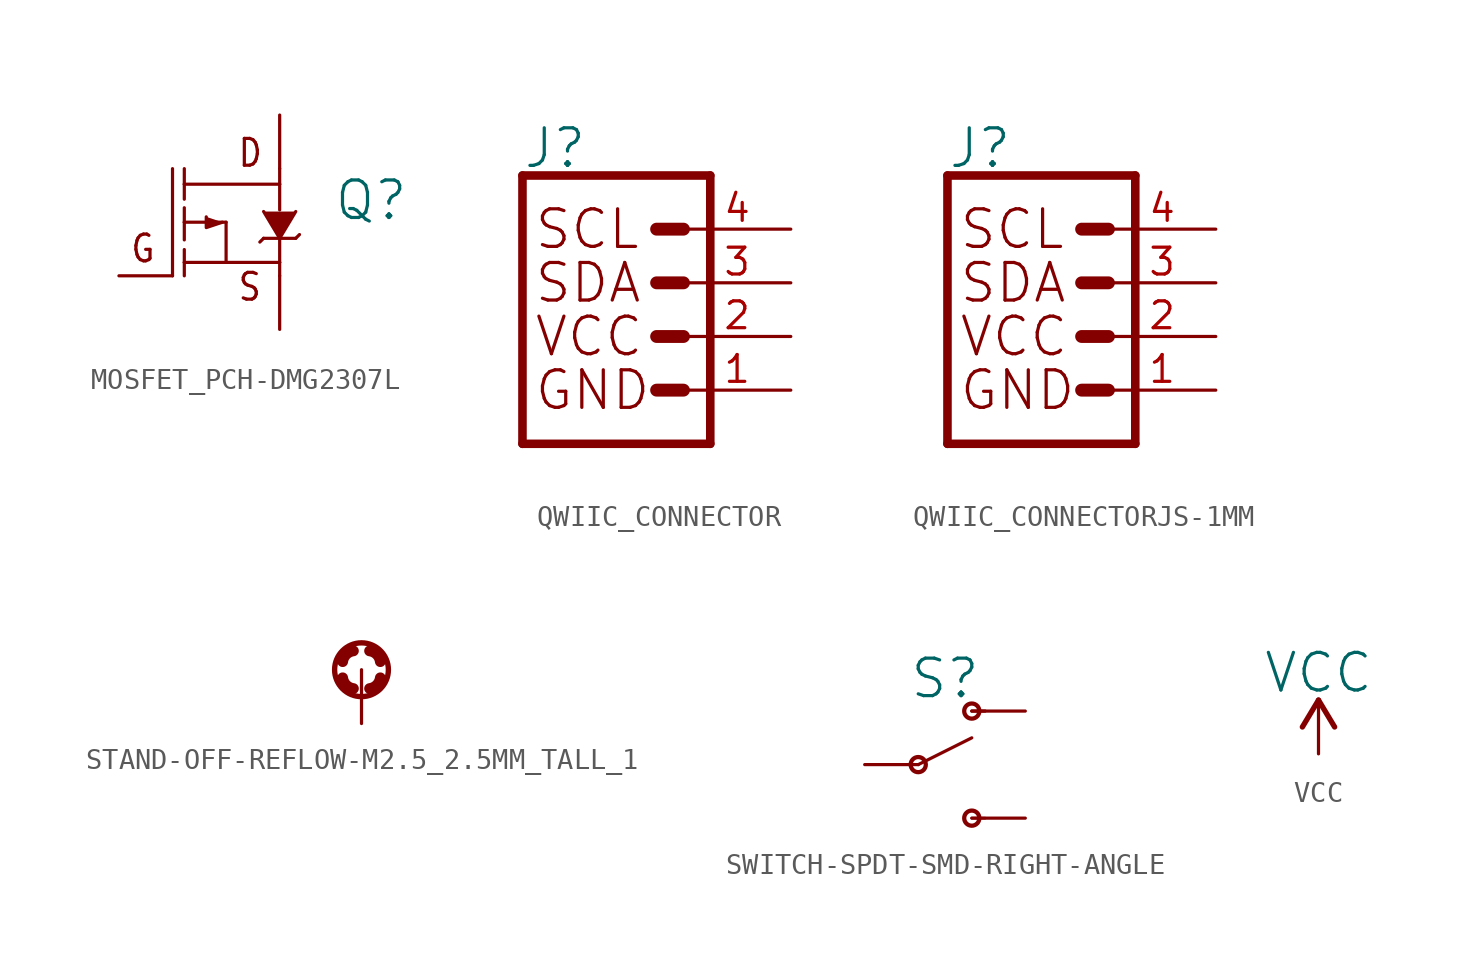
<source format=kicad_sym>
(kicad_symbol_lib
  (version 20241209)
  (generator "kicad_symbol_editor")
  (generator_version "9.0")
  (symbol "MOSFET_PCH-DMG2307L"
    (property "Reference" "Q"
      (at 5.08 0 0)
      (effects (font (size 1.778 1.778)) (justify left bottom)))
    (symbol "MOSFET_PCH-DMG2307L_1_0"
      (polyline (pts (xy -2.54 -2.54) (xy -2.54 2.54)) (stroke (width 0.152) (type solid)) (fill (type none)))
      (polyline (pts (xy -1.981 2.54) (xy -1.981 1.803)) (stroke (width 0.152) (type solid)) (fill (type none)))
      (polyline (pts (xy -1.981 1.803) (xy -1.981 1.092)) (stroke (width 0.152) (type solid)) (fill (type none)))
      (polyline (pts (xy -1.981 1.803) (xy 2.54 1.803)) (stroke (width 0.152) (type solid)) (fill (type none)))
      (polyline (pts (xy -1.981 0.686) (xy -1.981 0)) (stroke (width 0.152) (type solid)) (fill (type none)))
      (polyline (pts (xy -1.981 0) (xy -1.981 -0.838)) (stroke (width 0.152) (type solid)) (fill (type none)))
      (polyline (pts (xy -1.981 -1.295) (xy -1.981 -1.905)) (stroke (width 0.152) (type solid)) (fill (type none)))
      (polyline (pts (xy -1.981 -1.905) (xy -1.981 -2.54)) (stroke (width 0.152) (type solid)) (fill (type none)))
      (polyline (pts (xy -1.981 -1.905) (xy 0 -1.905)) (stroke (width 0.152) (type solid)) (fill (type none)))
      (polyline (pts (xy -0.178 0) (xy -0.94 -0.254) (xy -0.94 0.254)) (stroke (width 0.152) (type solid)) (fill (type outline)))
      (polyline (pts (xy 0 0) (xy -1.981 0)) (stroke (width 0.152) (type solid)) (fill (type none)))
      (polyline (pts (xy 0 -1.905) (xy 0 0)) (stroke (width 0.152) (type solid)) (fill (type none)))
      (polyline (pts (xy 1.778 -0.762) (xy 1.6 -0.94)) (stroke (width 0.152) (type solid)) (fill (type none)))
      (polyline (pts (xy 1.778 -0.762) (xy 3.302 -0.762)) (stroke (width 0.152) (type solid)) (fill (type none)))
      (polyline (pts (xy 2.54 2.54) (xy 2.54 1.803)) (stroke (width 0.152) (type solid)) (fill (type none)))
      (polyline (pts (xy 2.54 1.803) (xy 2.54 0.584)) (stroke (width 0.152) (type solid)) (fill (type none)))
      (polyline (pts (xy 2.54 -1.905) (xy 0 -1.905)) (stroke (width 0.152) (type solid)) (fill (type none)))
      (polyline (pts (xy 2.54 -1.905) (xy 2.54 -0.787)) (stroke (width 0.152) (type solid)) (fill (type none)))
      (polyline (pts (xy 2.54 -2.54) (xy 2.54 -1.905)) (stroke (width 0.152) (type solid)) (fill (type none)))
      (polyline (pts (xy 3.302 0.508) (xy 2.54 -0.762) (xy 1.778 0.508)) (stroke (width 0.152) (type solid)) (fill (type outline)))
      (polyline (pts (xy 3.48 -0.584) (xy 3.302 -0.762)) (stroke (width 0.152) (type solid)) (fill (type none)))
      (text "G" (at -3.302 -0.508 0) (effects (font (size 1.27 1.079)) (justify right top)))
      (text "D" (at 0.508 2.54 0) (effects (font (size 1.27 1.079)) (justify left bottom)))
      (text "S" (at 0.508 -3.81 0) (effects (font (size 1.27 1.079)) (justify left bottom)))
      (pin bidirectional line (at -5.08 -2.54 0) (length 2.54) (name "G" (effects (font (size 0 0)))) (number "1" (effects (font (size 0 0)))))
      (pin bidirectional line (at 2.54 5.08 270) (length 2.54) (name "D" (effects (font (size 0 0)))) (number "3" (effects (font (size 0 0)))))
      (pin bidirectional line (at 2.54 -5.08 90) (length 2.54) (name "S" (effects (font (size 0 0)))) (number "2" (effects (font (size 0 0)))))))
  (symbol "QWIIC_CONNECTOR"
    (property "Reference" "J"
      (at -5.08 7.874 0)
      (effects (font (size 1.778 1.778)) (justify left bottom)))
    (property "Value" ""
      (at -5.08 -5.334 0)
      (effects (font (size 1.778 1.778)) (justify left top)))
    (symbol "QWIIC_CONNECTOR_1_0"
      (polyline (pts (xy -5.08 7.62) (xy -5.08 -5.08)) (stroke (width 0.406) (type solid)) (fill (type none)))
      (polyline (pts (xy -5.08 7.62) (xy 3.81 7.62)) (stroke (width 0.406) (type solid)) (fill (type none)))
      (polyline (pts (xy 1.27 5.08) (xy 2.54 5.08)) (stroke (width 0.61) (type solid)) (fill (type none)))
      (polyline (pts (xy 1.27 2.54) (xy 2.54 2.54)) (stroke (width 0.61) (type solid)) (fill (type none)))
      (polyline (pts (xy 1.27 0) (xy 2.54 0)) (stroke (width 0.61) (type solid)) (fill (type none)))
      (polyline (pts (xy 1.27 -2.54) (xy 2.54 -2.54)) (stroke (width 0.61) (type solid)) (fill (type none)))
      (polyline (pts (xy 3.81 -5.08) (xy -5.08 -5.08)) (stroke (width 0.406) (type solid)) (fill (type none)))
      (polyline (pts (xy 3.81 -5.08) (xy 3.81 7.62)) (stroke (width 0.406) (type solid)) (fill (type none)))
      (text "SCL" (at -4.572 5.08 0) (effects (font (size 1.778 1.778)) (justify left)))
      (text "SDA" (at -4.572 2.54 0) (effects (font (size 1.778 1.778)) (justify left)))
      (text "VCC" (at -4.572 0 0) (effects (font (size 1.778 1.778)) (justify left)))
      (text "GND" (at -4.572 -2.54 0) (effects (font (size 1.778 1.778)) (justify left)))
      (pin passive line (at 7.62 5.08 180) (length 5.08) (name "4" (effects (font (size 0 0)))) (number "4" (effects (font (size 1.27 1.27)))))
      (pin passive line (at 7.62 2.54 180) (length 5.08) (name "3" (effects (font (size 0 0)))) (number "3" (effects (font (size 1.27 1.27)))))
      (pin power_in line (at 7.62 0 180) (length 5.08) (name "2" (effects (font (size 0 0)))) (number "2" (effects (font (size 1.27 1.27)))))
      (pin power_in line (at 7.62 -2.54 180) (length 5.08) (name "1" (effects (font (size 0 0)))) (number "1" (effects (font (size 1.27 1.27)))))))
  (symbol "QWIIC_CONNECTORJS-1MM"
    (property "Reference" "J"
      (at -5.08 7.874 0)
      (effects (font (size 1.778 1.778)) (justify left bottom)))
    (property "Value" ""
      (at -5.08 -5.334 0)
      (effects (font (size 1.778 1.778)) (justify left top)))
    (symbol "QWIIC_CONNECTORJS-1MM_1_0"
      (polyline (pts (xy -5.08 7.62) (xy -5.08 -5.08)) (stroke (width 0.406) (type solid)) (fill (type none)))
      (polyline (pts (xy -5.08 7.62) (xy 3.81 7.62)) (stroke (width 0.406) (type solid)) (fill (type none)))
      (polyline (pts (xy 1.27 5.08) (xy 2.54 5.08)) (stroke (width 0.61) (type solid)) (fill (type none)))
      (polyline (pts (xy 1.27 2.54) (xy 2.54 2.54)) (stroke (width 0.61) (type solid)) (fill (type none)))
      (polyline (pts (xy 1.27 0) (xy 2.54 0)) (stroke (width 0.61) (type solid)) (fill (type none)))
      (polyline (pts (xy 1.27 -2.54) (xy 2.54 -2.54)) (stroke (width 0.61) (type solid)) (fill (type none)))
      (polyline (pts (xy 3.81 -5.08) (xy -5.08 -5.08)) (stroke (width 0.406) (type solid)) (fill (type none)))
      (polyline (pts (xy 3.81 -5.08) (xy 3.81 7.62)) (stroke (width 0.406) (type solid)) (fill (type none)))
      (text "SCL" (at -4.572 5.08 0) (effects (font (size 1.778 1.778)) (justify left)))
      (text "SDA" (at -4.572 2.54 0) (effects (font (size 1.778 1.778)) (justify left)))
      (text "VCC" (at -4.572 0 0) (effects (font (size 1.778 1.778)) (justify left)))
      (text "GND" (at -4.572 -2.54 0) (effects (font (size 1.778 1.778)) (justify left)))
      (pin passive line (at 7.62 5.08 180) (length 5.08) (name "4" (effects (font (size 0 0)))) (number "4" (effects (font (size 1.27 1.27)))))
      (pin passive line (at 7.62 2.54 180) (length 5.08) (name "3" (effects (font (size 0 0)))) (number "3" (effects (font (size 1.27 1.27)))))
      (pin power_in line (at 7.62 0 180) (length 5.08) (name "2" (effects (font (size 0 0)))) (number "2" (effects (font (size 1.27 1.27)))))
      (pin power_in line (at 7.62 -2.54 180) (length 5.08) (name "1" (effects (font (size 0 0)))) (number "1" (effects (font (size 1.27 1.27)))))))
  (symbol "STAND-OFF-REFLOW-M2.5_2.5MM_TALL_1"
    (property "Reference" "H3"
      (at -2.54 2.54 0)
      (effects (font (size 1.778 1.511)) (justify left bottom) (hide yes)))
    (symbol "STAND-OFF-REFLOW-M2.5_2.5MM_TALL_1_1_0"
      (arc (start -0.889 0.381) (mid -0.7224 0.7224) (end -0.3809 0.889) (stroke (width 0.508) (type solid)) (fill (type none)))
      (arc (start -0.381 -0.889) (mid -0.7224 -0.7224) (end -0.889 -0.3809) (stroke (width 0.508) (type solid)) (fill (type none)))
      (circle (center 0 0) (radius 1.27) (stroke (width 0.254) (type solid)) (fill (type none)))
      (arc (start 0.381 0.889) (mid 0.7224 0.7224) (end 0.889 0.3809) (stroke (width 0.508) (type solid)) (fill (type none)))
      (arc (start 0.889 -0.381) (mid 0.7224 -0.7224) (end 0.3809 -0.889) (stroke (width 0.508) (type solid)) (fill (type none)))
      (pin bidirectional line (at 0 -2.54 90) (length 2.54) (name "1" (effects (font (size 0 0)))) (number "1" (effects (font (size 0 0)))))))
  (symbol "SWITCH-SPDT-SMD-RIGHT-ANGLE"
    (property "Reference" "S"
      (at 1.27 3.048 0)
      (effects (font (size 1.778 1.778)) (justify bottom)))
    (symbol "SWITCH-SPDT-SMD-RIGHT-ANGLE_1_0"
      (polyline (pts (xy 0 0) (xy 2.54 1.27)) (stroke (width 0.152) (type solid)) (fill (type none)))
      (circle (center 0 0) (radius 0.359) (stroke (width 0.203) (type solid)) (fill (type none)))
      (polyline (pts (xy 2.54 2.54) (xy 3.175 2.54)) (stroke (width 0.152) (type solid)) (fill (type none)))
      (circle (center 2.54 2.54) (radius 0.359) (stroke (width 0.203) (type solid)) (fill (type none)))
      (polyline (pts (xy 2.54 -2.54) (xy 3.175 -2.54)) (stroke (width 0.127) (type solid)) (fill (type none)))
      (circle (center 2.54 -2.54) (radius 0.359) (stroke (width 0.203) (type solid)) (fill (type none)))
      (pin passive line (at -2.54 0 0) (length 2.54) (name "P" (effects (font (size 0 0)))) (number "2" (effects (font (size 0 0)))))
      (pin passive line (at 5.08 2.54 180) (length 2.54) (name "O" (effects (font (size 0 0)))) (number "1" (effects (font (size 0 0)))))
      (pin passive line (at 5.08 -2.54 180) (length 2.54) (name "S" (effects (font (size 0 0)))) (number "3" (effects (font (size 0 0)))))))
  (symbol "VCC"
    (power)
    (property "Reference" "#SUPPLY"
      (at 0 0 0)
      (effects (font (size 1.27 1.27)) (hide yes)))
    (property "Value" "VCC"
      (at 0 2.794 0)
      (effects (font (size 1.778 1.778)) (justify bottom)))
    (property "ki_locked" ""
      (at 0 0 0)
      (effects (font (size 1.27 1.27))))
    (symbol "VCC_1_0"
      (polyline (pts (xy 0 2.54) (xy -0.762 1.27)) (stroke (width 0.254) (type solid)) (fill (type none)))
      (polyline (pts (xy 0.762 1.27) (xy 0 2.54)) (stroke (width 0.254) (type solid)) (fill (type none)))
      (pin power_in line (at 0 0 90) (length 2.54) (name "VCC" (effects (font (size 0 0)))) (number "1" (effects (font (size 0 0))))))))
</source>
